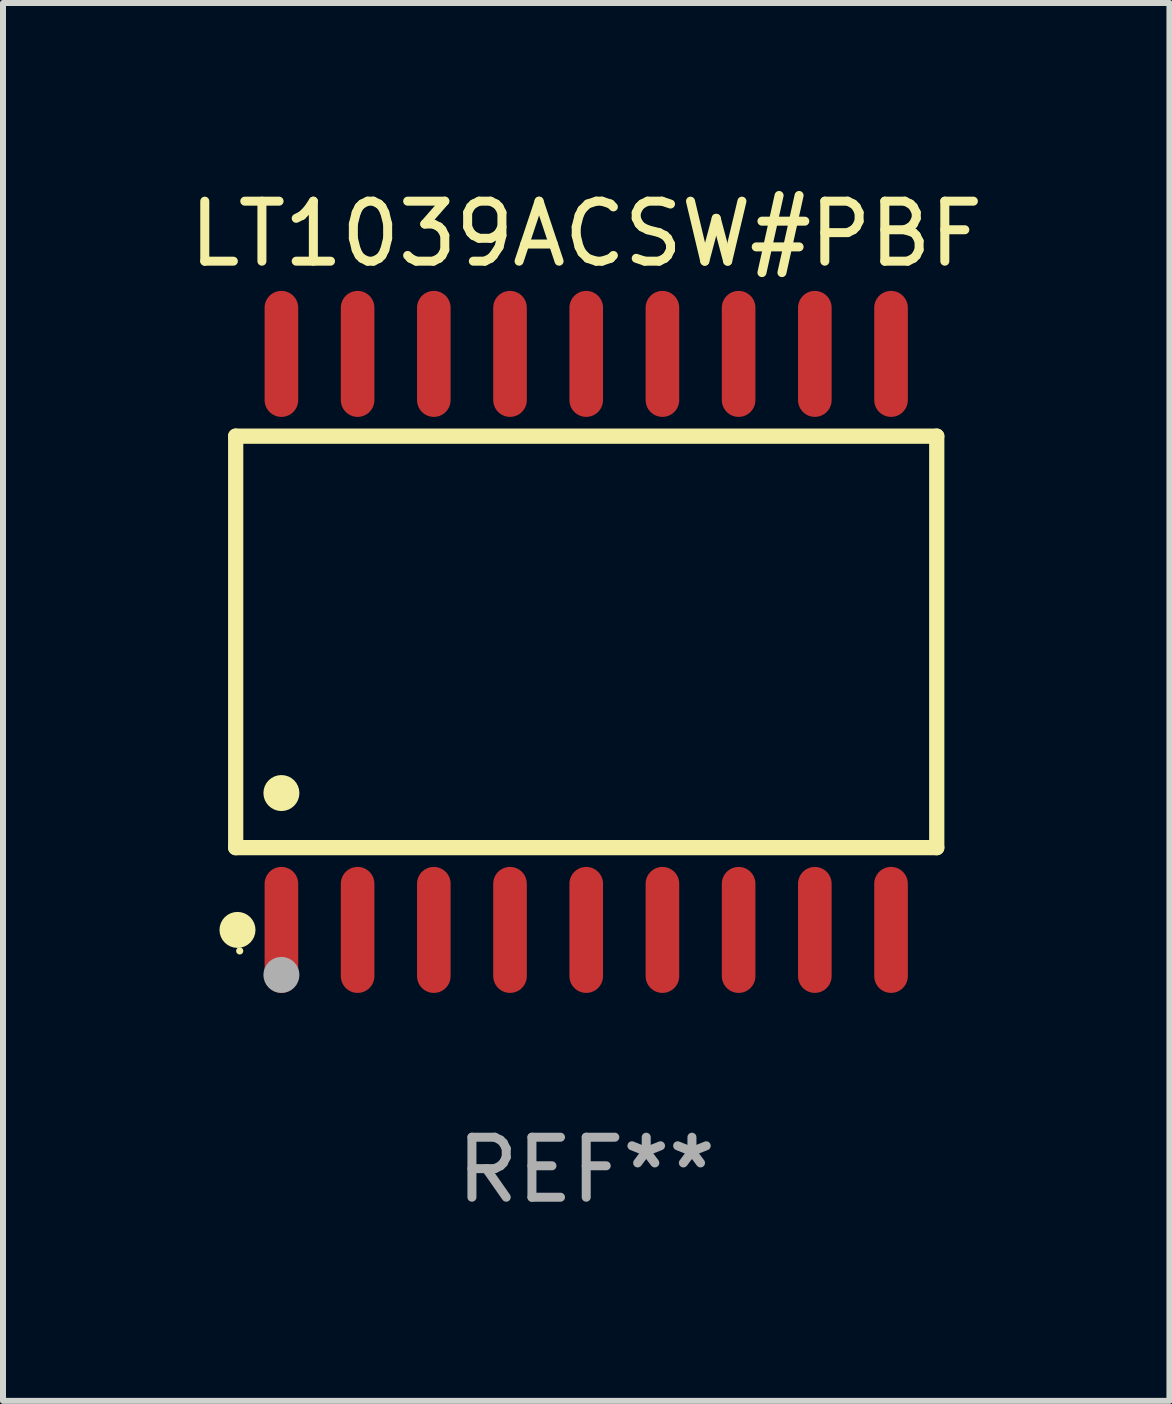
<source format=kicad_pcb>
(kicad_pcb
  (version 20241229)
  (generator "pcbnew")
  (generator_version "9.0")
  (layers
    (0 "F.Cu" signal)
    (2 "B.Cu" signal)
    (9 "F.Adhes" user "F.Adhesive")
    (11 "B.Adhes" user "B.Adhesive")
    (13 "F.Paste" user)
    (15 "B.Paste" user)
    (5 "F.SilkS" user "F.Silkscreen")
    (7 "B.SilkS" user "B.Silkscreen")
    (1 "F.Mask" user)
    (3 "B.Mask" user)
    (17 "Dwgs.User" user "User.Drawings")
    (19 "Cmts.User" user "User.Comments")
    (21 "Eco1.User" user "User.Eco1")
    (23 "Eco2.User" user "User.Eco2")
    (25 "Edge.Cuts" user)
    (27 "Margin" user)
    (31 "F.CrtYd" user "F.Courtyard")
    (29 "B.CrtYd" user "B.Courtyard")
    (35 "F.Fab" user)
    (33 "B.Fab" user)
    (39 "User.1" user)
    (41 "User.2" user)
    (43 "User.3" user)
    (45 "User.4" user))
  (footprint "LT1039ACSW#PBF"
    (layer "F.Cu")
    (at 6.72 7.648)
    (property "Reference" "LT1039ACSW#PBF" (at 0 -6.8 0) (layer "F.SilkS") (effects (font (size 1 1) (thickness 0.15))))
    (attr through_hole)
    (fp_line (start -5.842 -3.429) (end -5.842 3.429) (stroke (width 0.254) (type solid)) (layer "F.SilkS"))
    (fp_line (start -5.842 3.429) (end 5.842 3.429) (stroke (width 0.254) (type solid)) (layer "F.SilkS"))
    (fp_line (start 5.842 -3.429) (end -5.842 -3.429) (stroke (width 0.254) (type solid)) (layer "F.SilkS"))
    (fp_line (start 5.842 3.429) (end 5.842 -3.429) (stroke (width 0.254) (type solid)) (layer "F.SilkS"))
    (fp_circle (center -5.812 4.8) (end -5.662 4.8) (stroke (width 0.3) (type solid)) (fill no) (layer "F.SilkS"))
    (fp_circle (center -5.775 5.15) (end -5.745 5.15) (stroke (width 0.06) (type solid)) (fill no) (layer "F.SilkS"))
    (fp_circle (center -5.08 2.519) (end -4.93 2.519) (stroke (width 0.3) (type solid)) (fill no) (layer "F.SilkS"))
    (fp_circle (center -5.08 5.55) (end -4.93 5.55) (stroke (width 0.3) (type solid)) (fill no) (layer "F.Fab"))
    (fp_text user "REF**" (at 0 8.8 0) (layer "F.Fab") (effects (font (size 1 1) (thickness 0.15))))
    (pad "1" smd oval (at -5.08 4.8) (size 0.56 2.1) (layers "F.Cu" "F.Mask" "F.Paste"))
    (pad "2" smd oval (at -3.81 4.8) (size 0.56 2.1) (layers "F.Cu" "F.Mask" "F.Paste"))
    (pad "3" smd oval (at -2.54 4.8) (size 0.56 2.1) (layers "F.Cu" "F.Mask" "F.Paste"))
    (pad "4" smd oval (at -1.27 4.8) (size 0.56 2.1) (layers "F.Cu" "F.Mask" "F.Paste"))
    (pad "5" smd oval (at 0 4.8) (size 0.56 2.1) (layers "F.Cu" "F.Mask" "F.Paste"))
    (pad "6" smd oval (at 1.27 4.8) (size 0.56 2.1) (layers "F.Cu" "F.Mask" "F.Paste"))
    (pad "7" smd oval (at 2.54 4.8) (size 0.56 2.1) (layers "F.Cu" "F.Mask" "F.Paste"))
    (pad "8" smd oval (at 3.81 4.8) (size 0.56 2.1) (layers "F.Cu" "F.Mask" "F.Paste"))
    (pad "9" smd oval (at 5.08 4.8) (size 0.56 2.1) (layers "F.Cu" "F.Mask" "F.Paste"))
    (pad "10" smd oval (at 5.08 -4.8) (size 0.56 2.1) (layers "F.Cu" "F.Mask" "F.Paste"))
    (pad "11" smd oval (at 3.81 -4.8) (size 0.56 2.1) (layers "F.Cu" "F.Mask" "F.Paste"))
    (pad "12" smd oval (at 2.54 -4.8) (size 0.56 2.1) (layers "F.Cu" "F.Mask" "F.Paste"))
    (pad "13" smd oval (at 1.27 -4.8) (size 0.56 2.1) (layers "F.Cu" "F.Mask" "F.Paste"))
    (pad "14" smd oval (at 0 -4.8) (size 0.56 2.1) (layers "F.Cu" "F.Mask" "F.Paste"))
    (pad "15" smd oval (at -1.27 -4.8) (size 0.56 2.1) (layers "F.Cu" "F.Mask" "F.Paste"))
    (pad "16" smd oval (at -2.54 -4.8) (size 0.56 2.1) (layers "F.Cu" "F.Mask" "F.Paste"))
    (pad "17" smd oval (at -3.81 -4.8) (size 0.56 2.1) (layers "F.Cu" "F.Mask" "F.Paste"))
    (pad "18" smd oval (at -5.08 -4.8) (size 0.56 2.1) (layers "F.Cu" "F.Mask" "F.Paste")))
  (gr_rect
    (start -3 -3)
    (end 16.44 20.297)
    (stroke (width 0.1) (type default))
    (fill no)
    (layer "Edge.Cuts")))
</source>
